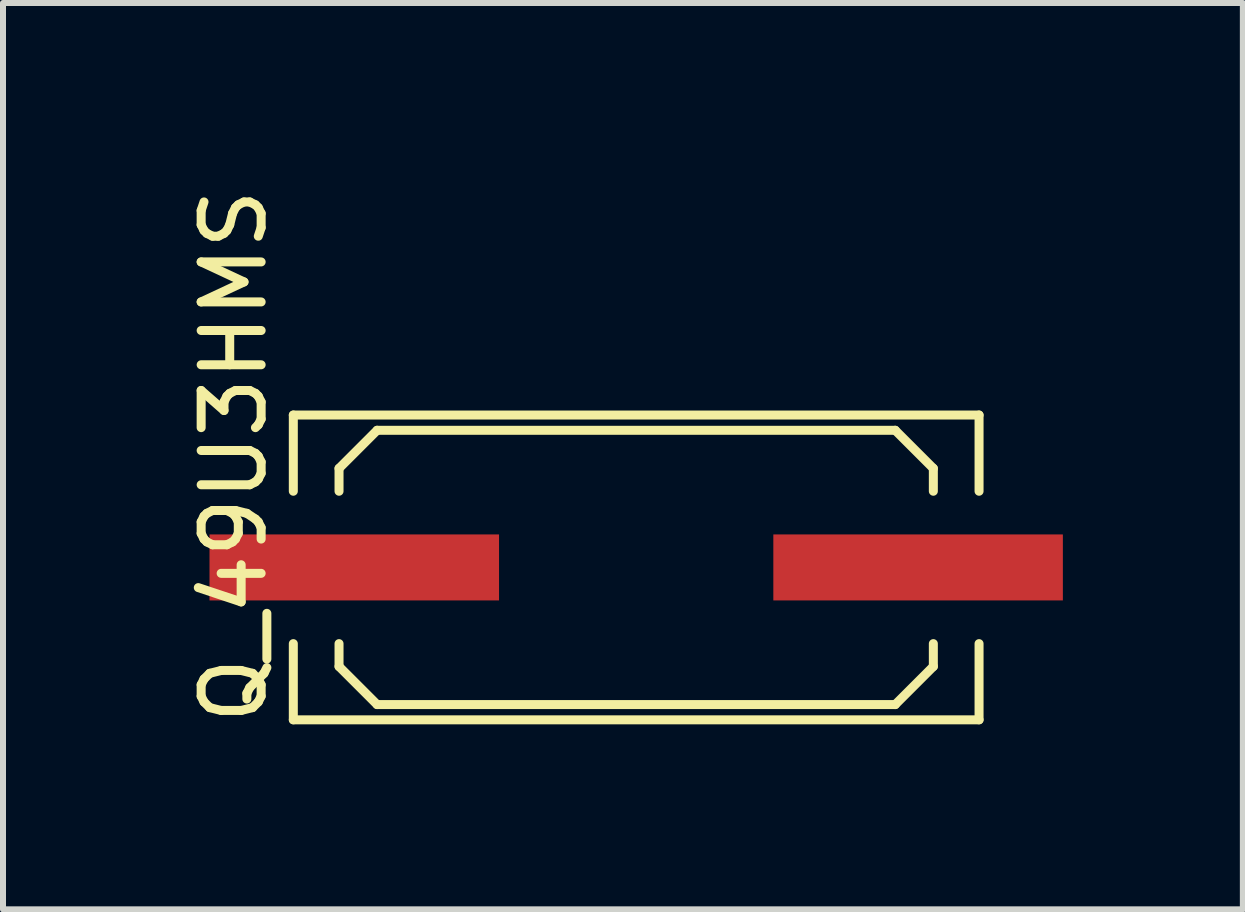
<source format=kicad_pcb>
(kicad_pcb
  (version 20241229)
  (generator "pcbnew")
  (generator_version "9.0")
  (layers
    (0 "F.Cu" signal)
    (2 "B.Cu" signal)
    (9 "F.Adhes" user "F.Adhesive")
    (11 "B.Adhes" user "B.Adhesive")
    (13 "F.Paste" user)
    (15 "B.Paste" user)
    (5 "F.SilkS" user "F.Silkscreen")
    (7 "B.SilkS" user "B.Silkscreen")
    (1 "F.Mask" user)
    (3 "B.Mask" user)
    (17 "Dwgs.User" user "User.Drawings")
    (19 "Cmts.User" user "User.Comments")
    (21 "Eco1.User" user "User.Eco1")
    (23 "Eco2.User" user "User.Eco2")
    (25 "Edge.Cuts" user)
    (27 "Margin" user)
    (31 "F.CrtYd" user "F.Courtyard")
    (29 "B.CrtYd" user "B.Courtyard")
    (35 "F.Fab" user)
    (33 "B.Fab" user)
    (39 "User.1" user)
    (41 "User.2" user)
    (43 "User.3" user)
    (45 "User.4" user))
  (footprint "Q_49U3HMS"
    (layer "F.Cu")
    (at 7.554 6.408)
    (property "Reference" "Q_49U3HMS" (at -6.706 -1.854 90) (layer "F.SilkS") (effects (font (size 1 1) (thickness 0.15))))
    (attr smd)
    (fp_line (start -5.715 -2.54) (end -5.715 -1.27) (stroke (width 0.15) (type solid)) (layer "F.SilkS"))
    (fp_line (start -5.715 -2.54) (end 5.715 -2.54) (stroke (width 0.15) (type solid)) (layer "F.SilkS"))
    (fp_line (start -5.715 2.54) (end -5.715 1.27) (stroke (width 0.15) (type solid)) (layer "F.SilkS"))
    (fp_line (start -4.953 -1.651) (end -4.953 -1.27) (stroke (width 0.15) (type solid)) (layer "F.SilkS"))
    (fp_line (start -4.953 1.651) (end -4.953 1.27) (stroke (width 0.15) (type solid)) (layer "F.SilkS"))
    (fp_line (start -4.953 1.651) (end -4.318 2.286) (stroke (width 0.15) (type solid)) (layer "F.SilkS"))
    (fp_line (start -4.318 -2.286) (end -4.953 -1.651) (stroke (width 0.15) (type solid)) (layer "F.SilkS"))
    (fp_line (start -4.318 2.286) (end 4.318 2.286) (stroke (width 0.15) (type solid)) (layer "F.SilkS"))
    (fp_line (start 4.318 -2.286) (end -4.318 -2.286) (stroke (width 0.15) (type solid)) (layer "F.SilkS"))
    (fp_line (start 4.318 2.286) (end 4.953 1.651) (stroke (width 0.15) (type solid)) (layer "F.SilkS"))
    (fp_line (start 4.953 -1.651) (end 4.318 -2.286) (stroke (width 0.15) (type solid)) (layer "F.SilkS"))
    (fp_line (start 4.953 -1.651) (end 4.953 -1.27) (stroke (width 0.15) (type solid)) (layer "F.SilkS"))
    (fp_line (start 4.953 1.651) (end 4.953 1.27) (stroke (width 0.15) (type solid)) (layer "F.SilkS"))
    (fp_line (start 5.715 -2.54) (end 5.715 -1.27) (stroke (width 0.15) (type solid)) (layer "F.SilkS"))
    (fp_line (start 5.715 2.54) (end -5.715 2.54) (stroke (width 0.15) (type solid)) (layer "F.SilkS"))
    (fp_line (start 5.715 2.54) (end 5.715 1.27) (stroke (width 0.15) (type solid)) (layer "F.SilkS"))
    (pad "1" smd rect (at -4.699 0) (size 4.826 1.1) (layers "F.Cu" "F.Mask" "F.Paste"))
    (pad "2" smd rect (at 4.699 0) (size 4.826 1.1) (layers "F.Cu" "F.Mask" "F.Paste")))
  (gr_rect
    (start -3 -3)
    (end 17.666 12.107)
    (stroke (width 0.1) (type default))
    (fill no)
    (layer "Edge.Cuts")))
</source>
